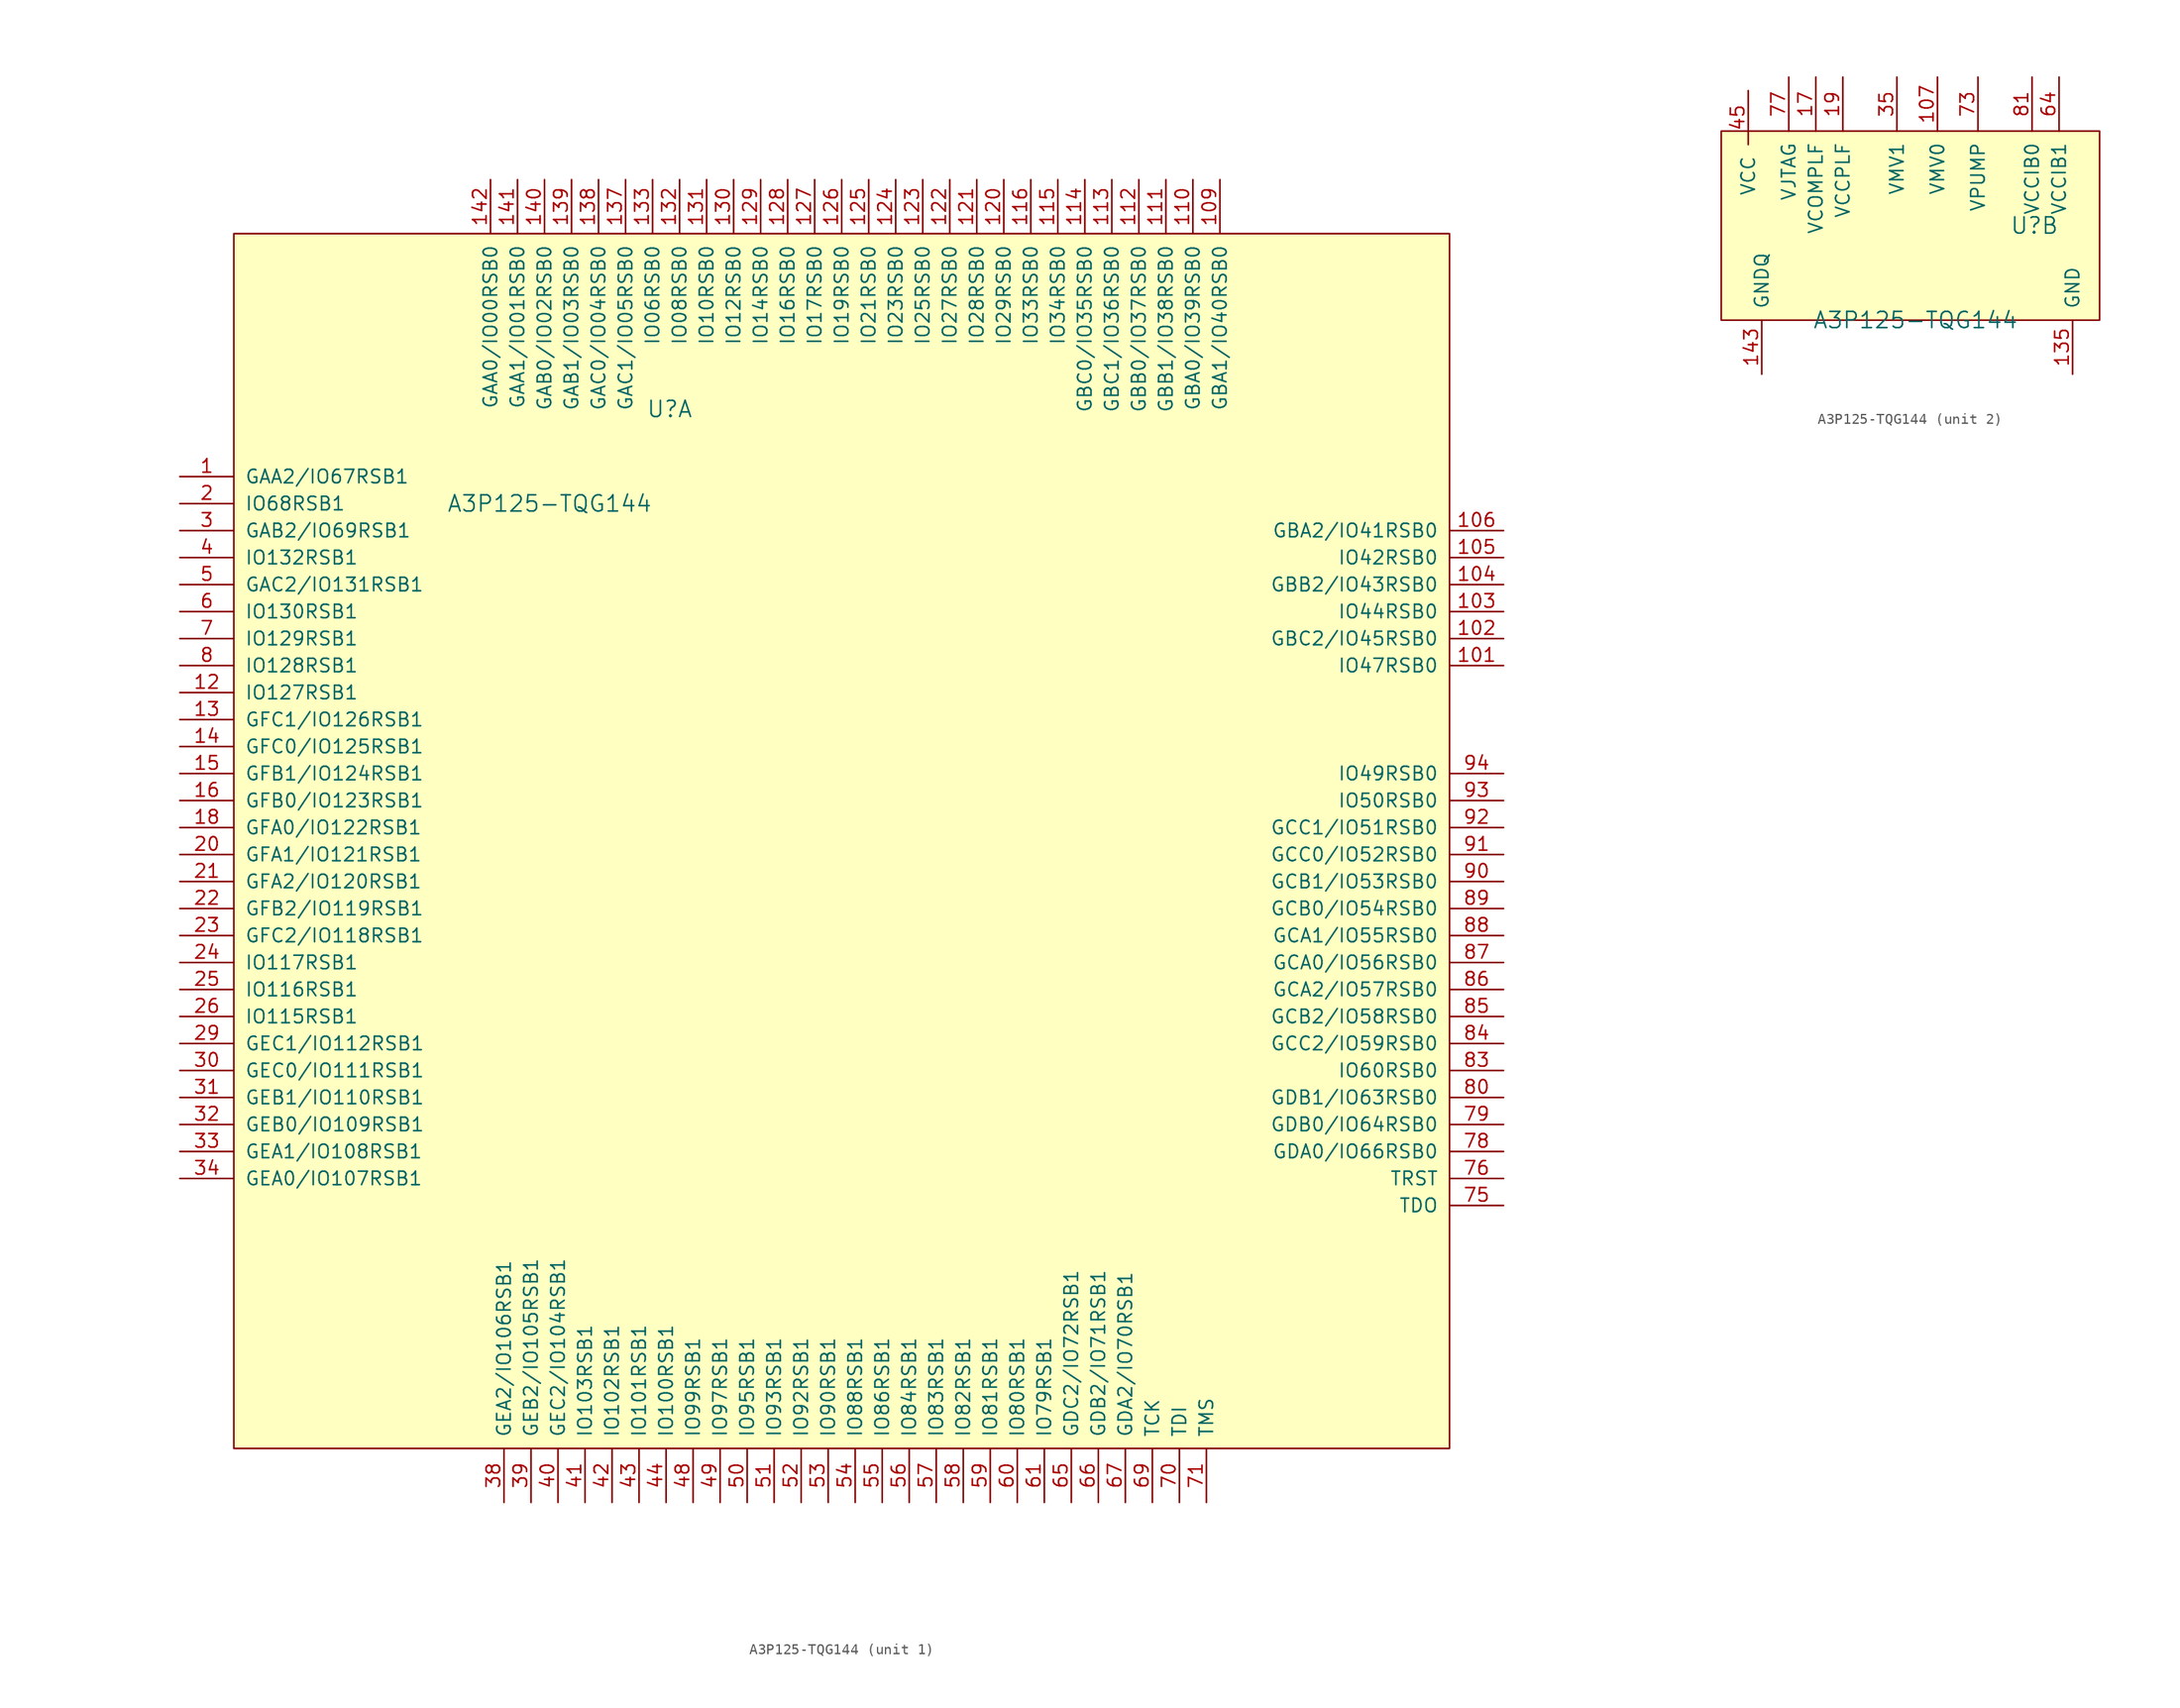
<source format=kicad_sym>
(kicad_symbol_lib
  (version 20241209)
  (generator "kicad_symbol_editor")
  (generator_version "9.0")
  (symbol "A3P125-TQG144"
    (pin_names
      (offset 1.016))
    (property "Reference" "U"
      (at 48.26 6.35 0)
      (effects (font (size 1.524 1.524)) (justify right)))
    (property "Value" "A3P125-TQG144"
      (at 44.45 -2.54 0)
      (effects (font (size 1.524 1.524)) (justify right)))
    (property "ki_locked" ""
      (at 0 0 0)
      (effects (font (size 1.27 1.27))))
    (symbol "A3P125-TQG144_1_1"
      (rectangle (start 5.08 22.86) (end 119.38 -91.44) (stroke (width 0) (type solid)) (fill (type background)))
      (pin bidirectional line (at 0 0 0) (length 5.08) (name "GAA2/IO67RSB1" (effects (font (size 1.27 1.27)))) (number "1" (effects (font (size 1.27 1.27)))))
      (pin bidirectional line (at 0 -2.54 0) (length 5.08) (name "IO68RSB1" (effects (font (size 1.27 1.27)))) (number "2" (effects (font (size 1.27 1.27)))))
      (pin bidirectional line (at 0 -5.08 0) (length 5.08) (name "GAB2/IO69RSB1" (effects (font (size 1.27 1.27)))) (number "3" (effects (font (size 1.27 1.27)))))
      (pin bidirectional line (at 0 -7.62 0) (length 5.08) (name "IO132RSB1" (effects (font (size 1.27 1.27)))) (number "4" (effects (font (size 1.27 1.27)))))
      (pin bidirectional line (at 0 -10.16 0) (length 5.08) (name "GAC2/IO131RSB1" (effects (font (size 1.27 1.27)))) (number "5" (effects (font (size 1.27 1.27)))))
      (pin bidirectional line (at 0 -12.7 0) (length 5.08) (name "IO130RSB1" (effects (font (size 1.27 1.27)))) (number "6" (effects (font (size 1.27 1.27)))))
      (pin bidirectional line (at 0 -15.24 0) (length 5.08) (name "IO129RSB1" (effects (font (size 1.27 1.27)))) (number "7" (effects (font (size 1.27 1.27)))))
      (pin bidirectional line (at 0 -17.78 0) (length 5.08) (name "IO128RSB1" (effects (font (size 1.27 1.27)))) (number "8" (effects (font (size 1.27 1.27)))))
      (pin bidirectional line (at 0 -20.32 0) (length 5.08) (name "IO127RSB1" (effects (font (size 1.27 1.27)))) (number "12" (effects (font (size 1.27 1.27)))))
      (pin bidirectional line (at 0 -22.86 0) (length 5.08) (name "GFC1/IO126RSB1" (effects (font (size 1.27 1.27)))) (number "13" (effects (font (size 1.27 1.27)))))
      (pin bidirectional line (at 0 -25.4 0) (length 5.08) (name "GFC0/IO125RSB1" (effects (font (size 1.27 1.27)))) (number "14" (effects (font (size 1.27 1.27)))))
      (pin bidirectional line (at 0 -27.94 0) (length 5.08) (name "GFB1/IO124RSB1" (effects (font (size 1.27 1.27)))) (number "15" (effects (font (size 1.27 1.27)))))
      (pin bidirectional line (at 0 -30.48 0) (length 5.08) (name "GFB0/IO123RSB1" (effects (font (size 1.27 1.27)))) (number "16" (effects (font (size 1.27 1.27)))))
      (pin bidirectional line (at 0 -33.02 0) (length 5.08) (name "GFA0/IO122RSB1" (effects (font (size 1.27 1.27)))) (number "18" (effects (font (size 1.27 1.27)))))
      (pin bidirectional line (at 0 -35.56 0) (length 5.08) (name "GFA1/IO121RSB1" (effects (font (size 1.27 1.27)))) (number "20" (effects (font (size 1.27 1.27)))))
      (pin bidirectional line (at 0 -38.1 0) (length 5.08) (name "GFA2/IO120RSB1" (effects (font (size 1.27 1.27)))) (number "21" (effects (font (size 1.27 1.27)))))
      (pin bidirectional line (at 0 -40.64 0) (length 5.08) (name "GFB2/IO119RSB1" (effects (font (size 1.27 1.27)))) (number "22" (effects (font (size 1.27 1.27)))))
      (pin bidirectional line (at 0 -43.18 0) (length 5.08) (name "GFC2/IO118RSB1" (effects (font (size 1.27 1.27)))) (number "23" (effects (font (size 1.27 1.27)))))
      (pin bidirectional line (at 0 -45.72 0) (length 5.08) (name "IO117RSB1" (effects (font (size 1.27 1.27)))) (number "24" (effects (font (size 1.27 1.27)))))
      (pin bidirectional line (at 0 -48.26 0) (length 5.08) (name "IO116RSB1" (effects (font (size 1.27 1.27)))) (number "25" (effects (font (size 1.27 1.27)))))
      (pin bidirectional line (at 0 -50.8 0) (length 5.08) (name "IO115RSB1" (effects (font (size 1.27 1.27)))) (number "26" (effects (font (size 1.27 1.27)))))
      (pin bidirectional line (at 0 -53.34 0) (length 5.08) (name "GEC1/IO112RSB1" (effects (font (size 1.27 1.27)))) (number "29" (effects (font (size 1.27 1.27)))))
      (pin bidirectional line (at 0 -55.88 0) (length 5.08) (name "GEC0/IO111RSB1" (effects (font (size 1.27 1.27)))) (number "30" (effects (font (size 1.27 1.27)))))
      (pin bidirectional line (at 0 -58.42 0) (length 5.08) (name "GEB1/IO110RSB1" (effects (font (size 1.27 1.27)))) (number "31" (effects (font (size 1.27 1.27)))))
      (pin bidirectional line (at 0 -60.96 0) (length 5.08) (name "GEB0/IO109RSB1" (effects (font (size 1.27 1.27)))) (number "32" (effects (font (size 1.27 1.27)))))
      (pin bidirectional line (at 0 -63.5 0) (length 5.08) (name "GEA1/IO108RSB1" (effects (font (size 1.27 1.27)))) (number "33" (effects (font (size 1.27 1.27)))))
      (pin bidirectional line (at 0 -66.04 0) (length 5.08) (name "GEA0/IO107RSB1" (effects (font (size 1.27 1.27)))) (number "34" (effects (font (size 1.27 1.27)))))
      (pin bidirectional line (at 27.94 -96.52 90) (length 5.08) (hide yes) (name "NC" (effects (font (size 1.27 1.27)))) (number "37" (effects (font (size 1.27 1.27)))))
      (pin bidirectional line (at 29.21 27.94 270) (length 5.08) (name "GAA0/IO00RSB0" (effects (font (size 1.27 1.27)))) (number "142" (effects (font (size 1.27 1.27)))))
      (pin bidirectional line (at 30.48 -96.52 90) (length 5.08) (name "GEA2/IO106RSB1" (effects (font (size 1.27 1.27)))) (number "38" (effects (font (size 1.27 1.27)))))
      (pin bidirectional line (at 31.75 27.94 270) (length 5.08) (name "GAA1/IO01RSB0" (effects (font (size 1.27 1.27)))) (number "141" (effects (font (size 1.27 1.27)))))
      (pin bidirectional line (at 33.02 -96.52 90) (length 5.08) (name "GEB2/IO105RSB1" (effects (font (size 1.27 1.27)))) (number "39" (effects (font (size 1.27 1.27)))))
      (pin bidirectional line (at 34.29 27.94 270) (length 5.08) (name "GAB0/IO02RSB0" (effects (font (size 1.27 1.27)))) (number "140" (effects (font (size 1.27 1.27)))))
      (pin bidirectional line (at 35.56 -96.52 90) (length 5.08) (name "GEC2/IO104RSB1" (effects (font (size 1.27 1.27)))) (number "40" (effects (font (size 1.27 1.27)))))
      (pin bidirectional line (at 36.83 27.94 270) (length 5.08) (name "GAB1/IO03RSB0" (effects (font (size 1.27 1.27)))) (number "139" (effects (font (size 1.27 1.27)))))
      (pin bidirectional line (at 38.1 -96.52 90) (length 5.08) (name "IO103RSB1" (effects (font (size 1.27 1.27)))) (number "41" (effects (font (size 1.27 1.27)))))
      (pin bidirectional line (at 39.37 27.94 270) (length 5.08) (name "GAC0/IO04RSB0" (effects (font (size 1.27 1.27)))) (number "138" (effects (font (size 1.27 1.27)))))
      (pin bidirectional line (at 40.64 -96.52 90) (length 5.08) (name "IO102RSB1" (effects (font (size 1.27 1.27)))) (number "42" (effects (font (size 1.27 1.27)))))
      (pin bidirectional line (at 41.91 27.94 270) (length 5.08) (name "GAC1/IO05RSB0" (effects (font (size 1.27 1.27)))) (number "137" (effects (font (size 1.27 1.27)))))
      (pin bidirectional line (at 43.18 -96.52 90) (length 5.08) (name "IO101RSB1" (effects (font (size 1.27 1.27)))) (number "43" (effects (font (size 1.27 1.27)))))
      (pin bidirectional line (at 44.45 27.94 270) (length 5.08) (name "IO06RSB0" (effects (font (size 1.27 1.27)))) (number "133" (effects (font (size 1.27 1.27)))))
      (pin bidirectional line (at 45.72 -96.52 90) (length 5.08) (name "IO100RSB1" (effects (font (size 1.27 1.27)))) (number "44" (effects (font (size 1.27 1.27)))))
      (pin bidirectional line (at 46.99 27.94 270) (length 5.08) (name "IO08RSB0" (effects (font (size 1.27 1.27)))) (number "132" (effects (font (size 1.27 1.27)))))
      (pin bidirectional line (at 48.26 -96.52 90) (length 5.08) (name "IO99RSB1" (effects (font (size 1.27 1.27)))) (number "48" (effects (font (size 1.27 1.27)))))
      (pin bidirectional line (at 49.53 27.94 270) (length 5.08) (name "IO10RSB0" (effects (font (size 1.27 1.27)))) (number "131" (effects (font (size 1.27 1.27)))))
      (pin bidirectional line (at 50.8 -96.52 90) (length 5.08) (name "IO97RSB1" (effects (font (size 1.27 1.27)))) (number "49" (effects (font (size 1.27 1.27)))))
      (pin bidirectional line (at 52.07 27.94 270) (length 5.08) (name "IO12RSB0" (effects (font (size 1.27 1.27)))) (number "130" (effects (font (size 1.27 1.27)))))
      (pin bidirectional line (at 53.34 -96.52 90) (length 5.08) (name "IO95RSB1" (effects (font (size 1.27 1.27)))) (number "50" (effects (font (size 1.27 1.27)))))
      (pin bidirectional line (at 54.61 27.94 270) (length 5.08) (name "IO14RSB0" (effects (font (size 1.27 1.27)))) (number "129" (effects (font (size 1.27 1.27)))))
      (pin bidirectional line (at 55.88 -96.52 90) (length 5.08) (name "IO93RSB1" (effects (font (size 1.27 1.27)))) (number "51" (effects (font (size 1.27 1.27)))))
      (pin bidirectional line (at 57.15 27.94 270) (length 5.08) (name "IO16RSB0" (effects (font (size 1.27 1.27)))) (number "128" (effects (font (size 1.27 1.27)))))
      (pin bidirectional line (at 58.42 -96.52 90) (length 5.08) (name "IO92RSB1" (effects (font (size 1.27 1.27)))) (number "52" (effects (font (size 1.27 1.27)))))
      (pin bidirectional line (at 59.69 27.94 270) (length 5.08) (name "IO17RSB0" (effects (font (size 1.27 1.27)))) (number "127" (effects (font (size 1.27 1.27)))))
      (pin bidirectional line (at 60.96 -96.52 90) (length 5.08) (name "IO90RSB1" (effects (font (size 1.27 1.27)))) (number "53" (effects (font (size 1.27 1.27)))))
      (pin bidirectional line (at 62.23 27.94 270) (length 5.08) (name "IO19RSB0" (effects (font (size 1.27 1.27)))) (number "126" (effects (font (size 1.27 1.27)))))
      (pin bidirectional line (at 63.5 -96.52 90) (length 5.08) (name "IO88RSB1" (effects (font (size 1.27 1.27)))) (number "54" (effects (font (size 1.27 1.27)))))
      (pin bidirectional line (at 64.77 27.94 270) (length 5.08) (name "IO21RSB0" (effects (font (size 1.27 1.27)))) (number "125" (effects (font (size 1.27 1.27)))))
      (pin bidirectional line (at 66.04 -96.52 90) (length 5.08) (name "IO86RSB1" (effects (font (size 1.27 1.27)))) (number "55" (effects (font (size 1.27 1.27)))))
      (pin bidirectional line (at 67.31 27.94 270) (length 5.08) (name "IO23RSB0" (effects (font (size 1.27 1.27)))) (number "124" (effects (font (size 1.27 1.27)))))
      (pin bidirectional line (at 68.58 -96.52 90) (length 5.08) (name "IO84RSB1" (effects (font (size 1.27 1.27)))) (number "56" (effects (font (size 1.27 1.27)))))
      (pin bidirectional line (at 69.85 27.94 270) (length 5.08) (name "IO25RSB0" (effects (font (size 1.27 1.27)))) (number "123" (effects (font (size 1.27 1.27)))))
      (pin bidirectional line (at 71.12 -96.52 90) (length 5.08) (name "IO83RSB1" (effects (font (size 1.27 1.27)))) (number "57" (effects (font (size 1.27 1.27)))))
      (pin bidirectional line (at 72.39 27.94 270) (length 5.08) (name "IO27RSB0" (effects (font (size 1.27 1.27)))) (number "122" (effects (font (size 1.27 1.27)))))
      (pin bidirectional line (at 73.66 -96.52 90) (length 5.08) (name "IO82RSB1" (effects (font (size 1.27 1.27)))) (number "58" (effects (font (size 1.27 1.27)))))
      (pin bidirectional line (at 74.93 27.94 270) (length 5.08) (name "IO28RSB0" (effects (font (size 1.27 1.27)))) (number "121" (effects (font (size 1.27 1.27)))))
      (pin bidirectional line (at 76.2 -96.52 90) (length 5.08) (name "IO81RSB1" (effects (font (size 1.27 1.27)))) (number "59" (effects (font (size 1.27 1.27)))))
      (pin bidirectional line (at 77.47 27.94 270) (length 5.08) (name "IO29RSB0" (effects (font (size 1.27 1.27)))) (number "120" (effects (font (size 1.27 1.27)))))
      (pin bidirectional line (at 78.74 -96.52 90) (length 5.08) (name "IO80RSB1" (effects (font (size 1.27 1.27)))) (number "60" (effects (font (size 1.27 1.27)))))
      (pin bidirectional line (at 80.01 27.94 270) (length 5.08) (name "IO33RSB0" (effects (font (size 1.27 1.27)))) (number "116" (effects (font (size 1.27 1.27)))))
      (pin bidirectional line (at 81.28 -96.52 90) (length 5.08) (name "IO79RSB1" (effects (font (size 1.27 1.27)))) (number "61" (effects (font (size 1.27 1.27)))))
      (pin bidirectional line (at 82.55 27.94 270) (length 5.08) (name "IO34RSB0" (effects (font (size 1.27 1.27)))) (number "115" (effects (font (size 1.27 1.27)))))
      (pin bidirectional line (at 83.82 -96.52 90) (length 5.08) (name "GDC2/IO72RSB1" (effects (font (size 1.27 1.27)))) (number "65" (effects (font (size 1.27 1.27)))))
      (pin bidirectional line (at 85.09 27.94 270) (length 5.08) (name "GBC0/IO35RSB0" (effects (font (size 1.27 1.27)))) (number "114" (effects (font (size 1.27 1.27)))))
      (pin bidirectional line (at 86.36 -96.52 90) (length 5.08) (name "GDB2/IO71RSB1" (effects (font (size 1.27 1.27)))) (number "66" (effects (font (size 1.27 1.27)))))
      (pin bidirectional line (at 87.63 27.94 270) (length 5.08) (name "GBC1/IO36RSB0" (effects (font (size 1.27 1.27)))) (number "113" (effects (font (size 1.27 1.27)))))
      (pin bidirectional line (at 88.9 -96.52 90) (length 5.08) (name "GDA2/IO70RSB1" (effects (font (size 1.27 1.27)))) (number "67" (effects (font (size 1.27 1.27)))))
      (pin bidirectional line (at 90.17 27.94 270) (length 5.08) (name "GBB0/IO37RSB0" (effects (font (size 1.27 1.27)))) (number "112" (effects (font (size 1.27 1.27)))))
      (pin bidirectional line (at 91.44 -96.52 90) (length 5.08) (name "TCK" (effects (font (size 1.27 1.27)))) (number "69" (effects (font (size 1.27 1.27)))))
      (pin bidirectional line (at 92.71 27.94 270) (length 5.08) (name "GBB1/IO38RSB0" (effects (font (size 1.27 1.27)))) (number "111" (effects (font (size 1.27 1.27)))))
      (pin bidirectional line (at 93.98 -96.52 90) (length 5.08) (name "TDI" (effects (font (size 1.27 1.27)))) (number "70" (effects (font (size 1.27 1.27)))))
      (pin bidirectional line (at 95.25 27.94 270) (length 5.08) (name "GBA0/IO39RSB0" (effects (font (size 1.27 1.27)))) (number "110" (effects (font (size 1.27 1.27)))))
      (pin bidirectional line (at 96.52 -96.52 90) (length 5.08) (name "TMS" (effects (font (size 1.27 1.27)))) (number "71" (effects (font (size 1.27 1.27)))))
      (pin bidirectional line (at 97.79 27.94 270) (length 5.08) (name "GBA1/IO40RSB0" (effects (font (size 1.27 1.27)))) (number "109" (effects (font (size 1.27 1.27)))))
      (pin bidirectional line (at 124.46 -5.08 180) (length 5.08) (name "GBA2/IO41RSB0" (effects (font (size 1.27 1.27)))) (number "106" (effects (font (size 1.27 1.27)))))
      (pin bidirectional line (at 124.46 -7.62 180) (length 5.08) (name "IO42RSB0" (effects (font (size 1.27 1.27)))) (number "105" (effects (font (size 1.27 1.27)))))
      (pin bidirectional line (at 124.46 -10.16 180) (length 5.08) (name "GBB2/IO43RSB0" (effects (font (size 1.27 1.27)))) (number "104" (effects (font (size 1.27 1.27)))))
      (pin bidirectional line (at 124.46 -12.7 180) (length 5.08) (name "IO44RSB0" (effects (font (size 1.27 1.27)))) (number "103" (effects (font (size 1.27 1.27)))))
      (pin bidirectional line (at 124.46 -15.24 180) (length 5.08) (name "GBC2/IO45RSB0" (effects (font (size 1.27 1.27)))) (number "102" (effects (font (size 1.27 1.27)))))
      (pin bidirectional line (at 124.46 -17.78 180) (length 5.08) (name "IO47RSB0" (effects (font (size 1.27 1.27)))) (number "101" (effects (font (size 1.27 1.27)))))
      (pin bidirectional line (at 124.46 -20.32 180) (length 5.08) (hide yes) (name "NC" (effects (font (size 1.27 1.27)))) (number "97" (effects (font (size 1.27 1.27)))))
      (pin bidirectional line (at 124.46 -22.86 180) (length 5.08) (hide yes) (name "NC" (effects (font (size 1.27 1.27)))) (number "96" (effects (font (size 1.27 1.27)))))
      (pin bidirectional line (at 124.46 -25.4 180) (length 5.08) (hide yes) (name "NC" (effects (font (size 1.27 1.27)))) (number "95" (effects (font (size 1.27 1.27)))))
      (pin bidirectional line (at 124.46 -27.94 180) (length 5.08) (name "IO49RSB0" (effects (font (size 1.27 1.27)))) (number "94" (effects (font (size 1.27 1.27)))))
      (pin bidirectional line (at 124.46 -30.48 180) (length 5.08) (name "IO50RSB0" (effects (font (size 1.27 1.27)))) (number "93" (effects (font (size 1.27 1.27)))))
      (pin bidirectional line (at 124.46 -33.02 180) (length 5.08) (name "GCC1/IO51RSB0" (effects (font (size 1.27 1.27)))) (number "92" (effects (font (size 1.27 1.27)))))
      (pin bidirectional line (at 124.46 -35.56 180) (length 5.08) (name "GCC0/IO52RSB0" (effects (font (size 1.27 1.27)))) (number "91" (effects (font (size 1.27 1.27)))))
      (pin bidirectional line (at 124.46 -38.1 180) (length 5.08) (name "GCB1/IO53RSB0" (effects (font (size 1.27 1.27)))) (number "90" (effects (font (size 1.27 1.27)))))
      (pin bidirectional line (at 124.46 -40.64 180) (length 5.08) (name "GCB0/IO54RSB0" (effects (font (size 1.27 1.27)))) (number "89" (effects (font (size 1.27 1.27)))))
      (pin bidirectional line (at 124.46 -43.18 180) (length 5.08) (name "GCA1/IO55RSB0" (effects (font (size 1.27 1.27)))) (number "88" (effects (font (size 1.27 1.27)))))
      (pin bidirectional line (at 124.46 -45.72 180) (length 5.08) (name "GCA0/IO56RSB0" (effects (font (size 1.27 1.27)))) (number "87" (effects (font (size 1.27 1.27)))))
      (pin bidirectional line (at 124.46 -48.26 180) (length 5.08) (name "GCA2/IO57RSB0" (effects (font (size 1.27 1.27)))) (number "86" (effects (font (size 1.27 1.27)))))
      (pin bidirectional line (at 124.46 -50.8 180) (length 5.08) (name "GCB2/IO58RSB0" (effects (font (size 1.27 1.27)))) (number "85" (effects (font (size 1.27 1.27)))))
      (pin bidirectional line (at 124.46 -53.34 180) (length 5.08) (name "GCC2/IO59RSB0" (effects (font (size 1.27 1.27)))) (number "84" (effects (font (size 1.27 1.27)))))
      (pin bidirectional line (at 124.46 -55.88 180) (length 5.08) (name "IO60RSB0" (effects (font (size 1.27 1.27)))) (number "83" (effects (font (size 1.27 1.27)))))
      (pin bidirectional line (at 124.46 -58.42 180) (length 5.08) (name "GDB1/IO63RSB0" (effects (font (size 1.27 1.27)))) (number "80" (effects (font (size 1.27 1.27)))))
      (pin bidirectional line (at 124.46 -60.96 180) (length 5.08) (name "GDB0/IO64RSB0" (effects (font (size 1.27 1.27)))) (number "79" (effects (font (size 1.27 1.27)))))
      (pin bidirectional line (at 124.46 -63.5 180) (length 5.08) (name "GDA0/IO66RSB0" (effects (font (size 1.27 1.27)))) (number "78" (effects (font (size 1.27 1.27)))))
      (pin bidirectional line (at 124.46 -66.04 180) (length 5.08) (name "TRST" (effects (font (size 1.27 1.27)))) (number "76" (effects (font (size 1.27 1.27)))))
      (pin bidirectional line (at 124.46 -68.58 180) (length 5.08) (name "TDO" (effects (font (size 1.27 1.27)))) (number "75" (effects (font (size 1.27 1.27)))))
      (pin bidirectional line (at 124.46 -71.12 180) (length 5.08) (hide yes) (name "NC" (effects (font (size 1.27 1.27)))) (number "74" (effects (font (size 1.27 1.27))))))
    (symbol "A3P125-TQG144_2_1"
      (rectangle (start 16.51 15.24) (end 52.07 -2.54) (stroke (width 0) (type solid)) (fill (type background)))
      (pin bidirectional line (at 19.05 19.05 270) (length 5.08) (hide yes) (name "VCC" (effects (font (size 1.27 1.27)))) (number "100" (effects (font (size 1.27 1.27)))))
      (pin bidirectional line (at 19.05 19.05 270) (length 5.08) (hide yes) (name "VCC" (effects (font (size 1.27 1.27)))) (number "119" (effects (font (size 1.27 1.27)))))
      (pin bidirectional line (at 19.05 19.05 270) (length 5.08) (hide yes) (name "VCC" (effects (font (size 1.27 1.27)))) (number "136" (effects (font (size 1.27 1.27)))))
      (pin bidirectional line (at 19.05 19.05 270) (length 5.08) (name "VCC" (effects (font (size 1.27 1.27)))) (number "45" (effects (font (size 1.27 1.27)))))
      (pin bidirectional line (at 19.05 19.05 270) (length 5.08) (hide yes) (name "VCC" (effects (font (size 1.27 1.27)))) (number "62" (effects (font (size 1.27 1.27)))))
      (pin bidirectional line (at 19.05 19.05 270) (length 5.08) (hide yes) (name "VCC" (effects (font (size 1.27 1.27)))) (number "9" (effects (font (size 1.27 1.27)))))
      (pin bidirectional line (at 20.32 -7.62 90) (length 5.08) (hide yes) (name "GNDQ" (effects (font (size 1.27 1.27)))) (number "108" (effects (font (size 1.27 1.27)))))
      (pin bidirectional line (at 20.32 -7.62 90) (length 5.08) (name "GNDQ" (effects (font (size 1.27 1.27)))) (number "143" (effects (font (size 1.27 1.27)))))
      (pin bidirectional line (at 20.32 -7.62 90) (length 5.08) (hide yes) (name "GNDQ" (effects (font (size 1.27 1.27)))) (number "36" (effects (font (size 1.27 1.27)))))
      (pin bidirectional line (at 20.32 -7.62 90) (length 5.08) (hide yes) (name "GNDQ" (effects (font (size 1.27 1.27)))) (number "68" (effects (font (size 1.27 1.27)))))
      (pin bidirectional line (at 22.86 20.32 270) (length 5.08) (name "VJTAG" (effects (font (size 1.27 1.27)))) (number "77" (effects (font (size 1.27 1.27)))))
      (pin bidirectional line (at 25.4 20.32 270) (length 5.08) (name "VCOMPLF" (effects (font (size 1.27 1.27)))) (number "17" (effects (font (size 1.27 1.27)))))
      (pin bidirectional line (at 27.94 20.32 270) (length 5.08) (name "VCCPLF" (effects (font (size 1.27 1.27)))) (number "19" (effects (font (size 1.27 1.27)))))
      (pin bidirectional line (at 33.02 20.32 270) (length 5.08) (name "VMV1" (effects (font (size 1.27 1.27)))) (number "35" (effects (font (size 1.27 1.27)))))
      (pin bidirectional line (at 33.02 19.05 270) (length 5.08) (hide yes) (name "VMV1" (effects (font (size 1.27 1.27)))) (number "72" (effects (font (size 1.27 1.27)))))
      (pin bidirectional line (at 36.83 20.32 270) (length 5.08) (name "VMV0" (effects (font (size 1.27 1.27)))) (number "107" (effects (font (size 1.27 1.27)))))
      (pin bidirectional line (at 36.83 20.32 270) (length 5.08) (hide yes) (name "VMV0" (effects (font (size 1.27 1.27)))) (number "144" (effects (font (size 1.27 1.27)))))
      (pin bidirectional line (at 40.64 20.32 270) (length 5.08) (name "VPUMP" (effects (font (size 1.27 1.27)))) (number "73" (effects (font (size 1.27 1.27)))))
      (pin bidirectional line (at 45.72 20.32 270) (length 5.08) (hide yes) (name "VCCIB0" (effects (font (size 1.27 1.27)))) (number "117" (effects (font (size 1.27 1.27)))))
      (pin bidirectional line (at 45.72 20.32 270) (length 5.08) (hide yes) (name "VCCIB0" (effects (font (size 1.27 1.27)))) (number "134" (effects (font (size 1.27 1.27)))))
      (pin bidirectional line (at 45.72 20.32 270) (length 5.08) (name "VCCIB0" (effects (font (size 1.27 1.27)))) (number "81" (effects (font (size 1.27 1.27)))))
      (pin bidirectional line (at 45.72 20.32 270) (length 5.08) (hide yes) (name "VCCIB0" (effects (font (size 1.27 1.27)))) (number "98" (effects (font (size 1.27 1.27)))))
      (pin bidirectional line (at 48.26 20.32 270) (length 5.08) (hide yes) (name "VCCIB1" (effects (font (size 1.27 1.27)))) (number "11" (effects (font (size 1.27 1.27)))))
      (pin bidirectional line (at 48.26 20.32 270) (length 5.08) (hide yes) (name "VCCIB1" (effects (font (size 1.27 1.27)))) (number "28" (effects (font (size 1.27 1.27)))))
      (pin bidirectional line (at 48.26 20.32 270) (length 5.08) (hide yes) (name "VCCIB1" (effects (font (size 1.27 1.27)))) (number "47" (effects (font (size 1.27 1.27)))))
      (pin bidirectional line (at 48.26 20.32 270) (length 5.08) (name "VCCIB1" (effects (font (size 1.27 1.27)))) (number "64" (effects (font (size 1.27 1.27)))))
      (pin bidirectional line (at 49.53 -7.62 90) (length 5.08) (hide yes) (name "GND" (effects (font (size 1.27 1.27)))) (number "10" (effects (font (size 1.27 1.27)))))
      (pin bidirectional line (at 49.53 -7.62 90) (length 5.08) (hide yes) (name "GND" (effects (font (size 1.27 1.27)))) (number "118" (effects (font (size 1.27 1.27)))))
      (pin bidirectional line (at 49.53 -7.62 90) (length 5.08) (name "GND" (effects (font (size 1.27 1.27)))) (number "135" (effects (font (size 1.27 1.27)))))
      (pin bidirectional line (at 49.53 -7.62 90) (length 5.08) (hide yes) (name "GND" (effects (font (size 1.27 1.27)))) (number "27" (effects (font (size 1.27 1.27)))))
      (pin bidirectional line (at 49.53 -7.62 90) (length 5.08) (hide yes) (name "GND" (effects (font (size 1.27 1.27)))) (number "46" (effects (font (size 1.27 1.27)))))
      (pin bidirectional line (at 49.53 -7.62 90) (length 5.08) (hide yes) (name "GND" (effects (font (size 1.27 1.27)))) (number "63" (effects (font (size 1.27 1.27)))))
      (pin bidirectional line (at 49.53 -7.62 90) (length 5.08) (hide yes) (name "GND" (effects (font (size 1.27 1.27)))) (number "82" (effects (font (size 1.27 1.27)))))
      (pin bidirectional line (at 49.53 -7.62 90) (length 5.08) (hide yes) (name "GND" (effects (font (size 1.27 1.27)))) (number "99" (effects (font (size 1.27 1.27))))))))
</source>
